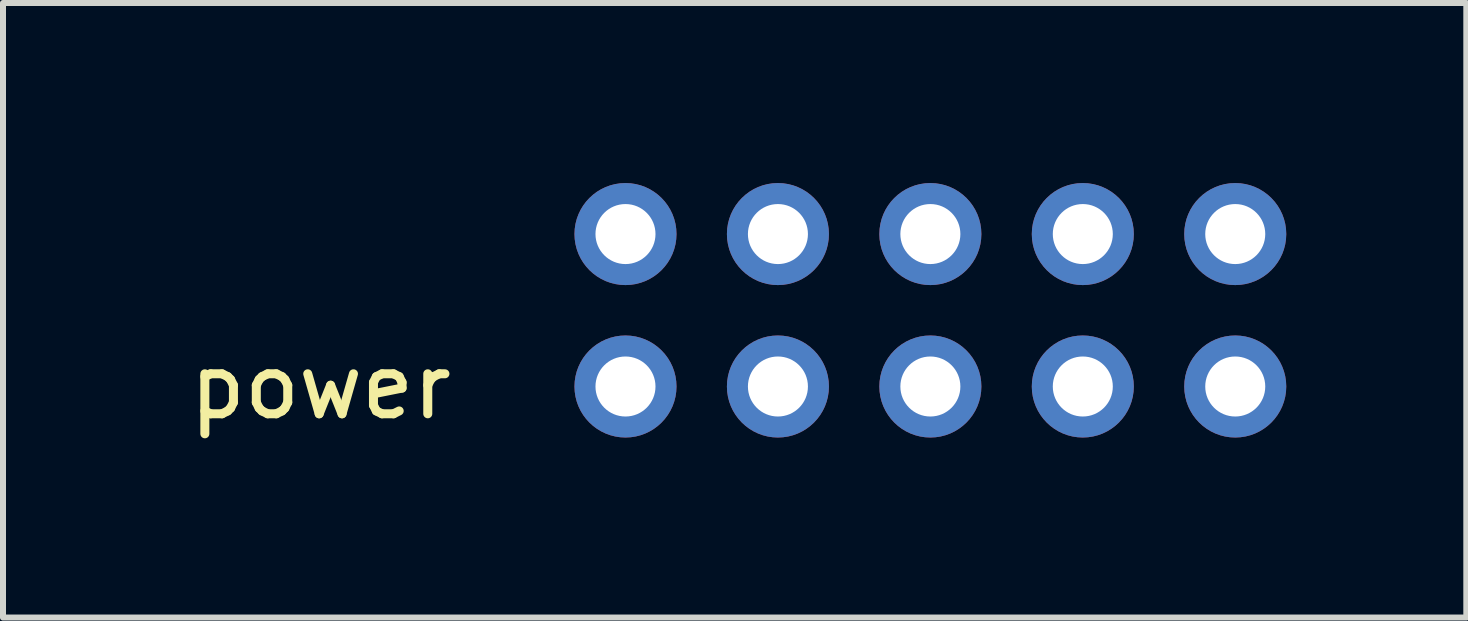
<source format=kicad_pcb>
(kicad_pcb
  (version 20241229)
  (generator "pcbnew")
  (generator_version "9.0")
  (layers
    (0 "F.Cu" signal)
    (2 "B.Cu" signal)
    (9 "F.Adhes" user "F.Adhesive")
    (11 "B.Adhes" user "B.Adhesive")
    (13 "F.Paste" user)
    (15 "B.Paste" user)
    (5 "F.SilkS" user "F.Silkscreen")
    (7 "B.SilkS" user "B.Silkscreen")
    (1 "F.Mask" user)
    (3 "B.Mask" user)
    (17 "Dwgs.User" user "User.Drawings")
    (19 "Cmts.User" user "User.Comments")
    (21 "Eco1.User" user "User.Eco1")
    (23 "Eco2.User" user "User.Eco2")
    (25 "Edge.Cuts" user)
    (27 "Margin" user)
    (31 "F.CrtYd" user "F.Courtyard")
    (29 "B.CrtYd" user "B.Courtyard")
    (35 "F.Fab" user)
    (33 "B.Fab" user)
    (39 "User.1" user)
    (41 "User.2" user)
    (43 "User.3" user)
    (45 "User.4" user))
  (footprint "power"
    (layer "F.Cu")
    (at 7.372 3.39)
    (property "Reference" "power" (at -5.08 0 0) (layer "F.SilkS") (effects (font (size 1 1) (thickness 0.15))))
    (attr through_hole)
    (pad "1" thru_hole oval (at 0 0) (size 1.7 1.7) (drill 1) (layers "*.Cu" "*.Mask"))
    (pad "1" thru_hole oval (at 2.54 0) (size 1.7 1.7) (drill 1) (layers "*.Cu" "*.Mask"))
    (pad "1" thru_hole oval (at 5.08 0) (size 1.7 1.7) (drill 1) (layers "*.Cu" "*.Mask"))
    (pad "1" thru_hole oval (at 7.62 0) (size 1.7 1.7) (drill 1) (layers "*.Cu" "*.Mask"))
    (pad "1" thru_hole oval (at 10.16 0) (size 1.7 1.7) (drill 1) (layers "*.Cu" "*.Mask"))
    (pad "2" thru_hole oval (at 0 -2.54) (size 1.7 1.7) (drill 1) (layers "*.Cu" "*.Mask"))
    (pad "2" thru_hole oval (at 2.54 -2.54) (size 1.7 1.7) (drill 1) (layers "*.Cu" "*.Mask"))
    (pad "2" thru_hole oval (at 5.08 -2.54) (size 1.7 1.7) (drill 1) (layers "*.Cu" "*.Mask"))
    (pad "2" thru_hole oval (at 7.62 -2.54) (size 1.7 1.7) (drill 1) (layers "*.Cu" "*.Mask"))
    (pad "2" thru_hole oval (at 10.16 -2.54) (size 1.7 1.7) (drill 1) (layers "*.Cu" "*.Mask")))
  (gr_rect
    (start -3 -3)
    (end 21.382 7.24)
    (stroke (width 0.1) (type default))
    (fill no)
    (layer "Edge.Cuts")))
</source>
